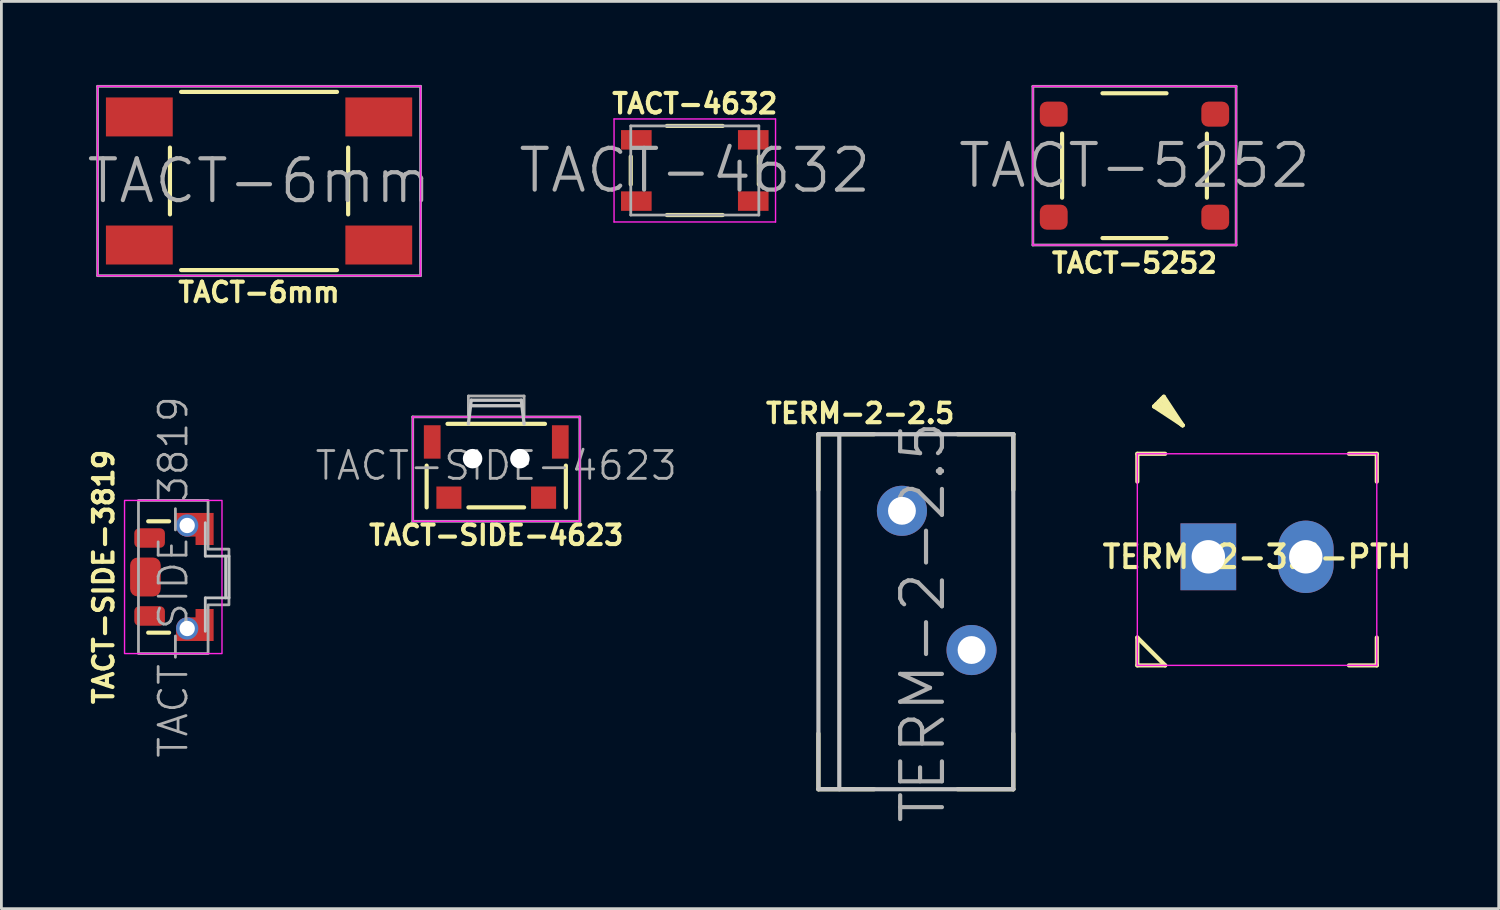
<source format=kicad_pcb>
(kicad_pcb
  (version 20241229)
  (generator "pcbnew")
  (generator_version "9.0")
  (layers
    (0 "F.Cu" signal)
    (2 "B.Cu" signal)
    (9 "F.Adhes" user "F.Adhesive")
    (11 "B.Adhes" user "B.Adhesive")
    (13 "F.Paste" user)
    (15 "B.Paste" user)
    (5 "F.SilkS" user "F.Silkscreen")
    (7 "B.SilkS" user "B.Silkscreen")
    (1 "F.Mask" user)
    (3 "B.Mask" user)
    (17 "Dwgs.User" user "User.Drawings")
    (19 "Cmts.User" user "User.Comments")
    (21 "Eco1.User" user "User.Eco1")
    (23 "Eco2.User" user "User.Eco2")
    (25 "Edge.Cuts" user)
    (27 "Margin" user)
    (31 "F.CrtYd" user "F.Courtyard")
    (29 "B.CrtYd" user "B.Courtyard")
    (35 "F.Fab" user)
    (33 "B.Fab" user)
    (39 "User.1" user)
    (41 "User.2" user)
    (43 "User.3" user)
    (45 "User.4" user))
  (footprint "TERM-2-2.5"
    (layer "F.Cu")
    (at 30.594 20.296)
    (property "Reference" "TERM-2-2.5" (at -2.75 -8.5 180) (layer "F.SilkS") (effects (font (size 0.7 0.7) (thickness 0.15))))
    (attr through_hole)
    (fp_line (start -4.25 -7.75) (end -4.25 -5.75) (stroke (width 0.15) (type solid)) (layer "F.SilkS"))
    (fp_line (start -4.25 5) (end -4.25 3) (stroke (width 0.15) (type solid)) (layer "F.SilkS"))
    (fp_line (start -2.25 -7.75) (end -4.25 -7.75) (stroke (width 0.15) (type solid)) (layer "F.SilkS"))
    (fp_line (start -2.25 5) (end -4.25 5) (stroke (width 0.15) (type solid)) (layer "F.SilkS"))
    (fp_line (start 0.75 -7.75) (end 2.75 -7.75) (stroke (width 0.15) (type solid)) (layer "F.SilkS"))
    (fp_line (start 2.75 -7.75) (end 2.75 -5.75) (stroke (width 0.15) (type solid)) (layer "F.SilkS"))
    (fp_line (start 2.75 3) (end 2.75 5) (stroke (width 0.15) (type solid)) (layer "F.SilkS"))
    (fp_line (start 2.75 5) (end 0.75 5) (stroke (width 0.15) (type solid)) (layer "F.SilkS"))
    (fp_line (start -4.25 -7.75) (end -4.25 5) (stroke (width 0.15) (type solid)) (layer "Dwgs.User"))
    (fp_line (start -4.25 5) (end 2.75 5) (stroke (width 0.15) (type solid)) (layer "Dwgs.User"))
    (fp_line (start -3.5 -7.75) (end -3.5 5) (stroke (width 0.15) (type solid)) (layer "Dwgs.User"))
    (fp_line (start 2.75 -7.75) (end -4.25 -7.75) (stroke (width 0.15) (type solid)) (layer "Dwgs.User"))
    (fp_line (start 2.75 5) (end 2.75 -7.75) (stroke (width 0.15) (type solid)) (layer "Dwgs.User"))
    (fp_line (start -4.25 -7.75) (end -4.25 5) (stroke (width 0.05) (type solid)) (layer "F.CrtYd"))
    (fp_line (start -4.25 5) (end 2.75 5) (stroke (width 0.05) (type solid)) (layer "F.CrtYd"))
    (fp_line (start 2.75 -7.75) (end -4.25 -7.75) (stroke (width 0.05) (type solid)) (layer "F.CrtYd"))
    (fp_line (start 2.75 5) (end 2.75 -7.75) (stroke (width 0.05) (type solid)) (layer "F.CrtYd"))
    (fp_line (start -4.25 -7.75) (end 2.75 -7.75) (stroke (width 0.1) (type solid)) (layer "F.Fab"))
    (fp_line (start -4.25 5) (end -4.25 -7.75) (stroke (width 0.1) (type solid)) (layer "F.Fab"))
    (fp_line (start -3.5 -7.75) (end -3.5 5) (stroke (width 0.1) (type solid)) (layer "F.Fab"))
    (fp_line (start 2.75 -7.75) (end 2.75 5) (stroke (width 0.1) (type solid)) (layer "F.Fab"))
    (fp_line (start 2.75 5) (end -4.25 5) (stroke (width 0.1) (type solid)) (layer "F.Fab"))
    (fp_text user "${REFERENCE}" (at -0.5 -1 90) (layer "F.Fab") (effects (font (size 1.5 1.5) (thickness 0.15))))
    (pad "1" thru_hole circle (at -1.25 -5) (size 1.8 1.8) (drill 1) (layers "*.Cu" "*.Mask"))
    (pad "2" thru_hole circle (at 1.25 0) (size 1.8 1.8) (drill 1) (layers "*.Cu" "*.Mask")))
  (footprint "TACT-SIDE-4623"
    (layer "F.Cu")
    (at 14.773 13.423)
    (property "Reference" "TACT-SIDE-4623" (at 0 2.75 180) (layer "F.SilkS") (effects (font (size 0.7 0.7) (thickness 0.15))))
    (attr through_hole)
    (fp_line (start -2.5 0.25) (end -2.5 1.75) (stroke (width 0.15) (type solid)) (layer "F.SilkS"))
    (fp_line (start -1.75 -1.25) (end 1.75 -1.25) (stroke (width 0.15) (type solid)) (layer "F.SilkS"))
    (fp_line (start -1 1.75) (end 1 1.75) (stroke (width 0.15) (type solid)) (layer "F.SilkS"))
    (fp_line (start 2.5 0.25) (end 2.5 1.75) (stroke (width 0.15) (type solid)) (layer "F.SilkS"))
    (fp_line (start -0.9 -2.1) (end -1 -1.25) (stroke (width 0.12) (type solid)) (layer "Dwgs.User"))
    (fp_line (start 0.9 -2.1) (end -0.9 -2.1) (stroke (width 0.12) (type solid)) (layer "Dwgs.User"))
    (fp_line (start 0.9 -1.9) (end -0.9 -1.9) (stroke (width 0.12) (type solid)) (layer "Dwgs.User"))
    (fp_line (start 1 -1.25) (end 0.9 -2.1) (stroke (width 0.12) (type solid)) (layer "Dwgs.User"))
    (fp_line (start -3 -1.5) (end -3 2.25) (stroke (width 0.05) (type solid)) (layer "F.CrtYd"))
    (fp_line (start -3 2.25) (end 3 2.25) (stroke (width 0.05) (type solid)) (layer "F.CrtYd"))
    (fp_line (start 3 -1.5) (end -3 -1.5) (stroke (width 0.05) (type solid)) (layer "F.CrtYd"))
    (fp_line (start 3 2.25) (end 3 -1.5) (stroke (width 0.05) (type solid)) (layer "F.CrtYd"))
    (fp_line (start -3 -1.5) (end 3 -1.5) (stroke (width 0.1) (type solid)) (layer "F.Fab"))
    (fp_line (start -3 2.25) (end -3 -1.5) (stroke (width 0.1) (type solid)) (layer "F.Fab"))
    (fp_line (start -1 -2.25) (end 1 -2.25) (stroke (width 0.1) (type solid)) (layer "F.Fab"))
    (fp_line (start -1 -1.5) (end -1 -2.25) (stroke (width 0.1) (type solid)) (layer "F.Fab"))
    (fp_line (start 1 -2.25) (end 1 -1.5) (stroke (width 0.1) (type solid)) (layer "F.Fab"))
    (fp_line (start 3 -1.5) (end 3 2.25) (stroke (width 0.1) (type solid)) (layer "F.Fab"))
    (fp_line (start 3 2.25) (end -3 2.25) (stroke (width 0.1) (type solid)) (layer "F.Fab"))
    (fp_text user "${REFERENCE}" (at 0 0.25 0) (layer "F.Fab") (effects (font (size 1 1) (thickness 0.1))))
    (pad "" smd rect (at -2.3 -0.6) (size 0.6 1.2) (layers "F.Cu" "F.Mask" "F.Paste"))
    (pad "" np_thru_hole circle (at -0.85 0) (size 0.7 0.7) (drill 0.7) (layers "*.Cu" "*.Mask"))
    (pad "" np_thru_hole circle (at 0.85 0) (size 0.7 0.7) (drill 0.7) (layers "*.Cu" "*.Mask"))
    (pad "" smd rect (at 2.3 -0.6) (size 0.6 1.2) (layers "F.Cu" "F.Mask" "F.Paste"))
    (pad "1" smd rect (at -1.7 1.4) (size 0.9 0.8) (layers "F.Cu" "F.Mask" "F.Paste"))
    (pad "2" smd rect (at 1.7 1.4) (size 0.9 0.8) (layers "F.Cu" "F.Mask" "F.Paste")))
  (footprint "TACT-6mm"
    (layer "F.Cu")
    (at 6.254 3.45)
    (property "Reference" "TACT-6mm" (at 0 4 0) (layer "F.SilkS") (effects (font (size 0.7 0.7) (thickness 0.15))))
    (attr through_hole)
    (fp_line (start -3.2 1.2) (end -3.2 -1.2) (stroke (width 0.15) (type solid)) (layer "F.SilkS"))
    (fp_line (start -2.8 -3.2) (end 2.8 -3.2) (stroke (width 0.15) (type solid)) (layer "F.SilkS"))
    (fp_line (start -2.8 3.2) (end 2.8 3.2) (stroke (width 0.15) (type solid)) (layer "F.SilkS"))
    (fp_line (start 3.2 -1.2) (end 3.2 1.2) (stroke (width 0.15) (type solid)) (layer "F.SilkS"))
    (fp_line (start -5.8 -3.4) (end 5.8 -3.4) (stroke (width 0.05) (type solid)) (layer "F.CrtYd"))
    (fp_line (start -5.8 3.4) (end -5.8 -3.4) (stroke (width 0.05) (type solid)) (layer "F.CrtYd"))
    (fp_line (start 5.8 -3.4) (end 5.8 3.4) (stroke (width 0.05) (type solid)) (layer "F.CrtYd"))
    (fp_line (start 5.8 3.4) (end -5.8 3.4) (stroke (width 0.05) (type solid)) (layer "F.CrtYd"))
    (fp_line (start -5.8 -3.4) (end 5.8 -3.4) (stroke (width 0.1) (type solid)) (layer "F.Fab"))
    (fp_line (start -5.8 3.4) (end -5.8 -3.4) (stroke (width 0.1) (type solid)) (layer "F.Fab"))
    (fp_line (start 5.8 -3.4) (end 5.8 3.4) (stroke (width 0.1) (type solid)) (layer "F.Fab"))
    (fp_line (start 5.8 3.4) (end -5.8 3.4) (stroke (width 0.1) (type solid)) (layer "F.Fab"))
    (fp_text user "${REFERENCE}" (at 0 0 0) (layer "F.Fab") (effects (font (size 1.5 1.5) (thickness 0.15))))
    (pad "1" smd rect (at -4.3 -2.3) (size 2.4 1.4) (layers "F.Cu" "F.Mask" "F.Paste"))
    (pad "2" smd rect (at 4.3 -2.3) (size 2.4 1.4) (layers "F.Cu" "F.Mask" "F.Paste"))
    (pad "3" smd rect (at -4.3 2.3) (size 2.4 1.4) (layers "F.Cu" "F.Mask" "F.Paste"))
    (pad "4" smd rect (at 4.3 2.3) (size 2.4 1.4) (layers "F.Cu" "F.Mask" "F.Paste")))
  (footprint "TACT-4632"
    (layer "F.Cu")
    (at 21.904 3.073)
    (property "Reference" "TACT-4632" (at 0 -2.4 0) (layer "F.SilkS") (effects (font (size 0.7 0.7) (thickness 0.15))))
    (attr smd)
    (fp_line (start -2.3 0.5) (end -2.3 -0.5) (stroke (width 0.15) (type solid)) (layer "F.SilkS"))
    (fp_line (start -1 -1.6) (end 1 -1.6) (stroke (width 0.15) (type solid)) (layer "F.SilkS"))
    (fp_line (start -1 1.6) (end 1 1.6) (stroke (width 0.15) (type solid)) (layer "F.SilkS"))
    (fp_line (start 2.3 -0.5) (end 2.3 0.5) (stroke (width 0.15) (type solid)) (layer "F.SilkS"))
    (fp_line (start -2.9 -1.85) (end 2.9 -1.85) (stroke (width 0.05) (type solid)) (layer "F.CrtYd"))
    (fp_line (start -2.9 1.85) (end -2.9 -1.85) (stroke (width 0.05) (type solid)) (layer "F.CrtYd"))
    (fp_line (start 2.9 -1.85) (end 2.9 1.85) (stroke (width 0.05) (type solid)) (layer "F.CrtYd"))
    (fp_line (start 2.9 1.85) (end -2.9 1.85) (stroke (width 0.05) (type solid)) (layer "F.CrtYd"))
    (fp_line (start -2.3 -1.6) (end 2.3 -1.6) (stroke (width 0.1) (type solid)) (layer "F.Fab"))
    (fp_line (start -2.3 1.6) (end -2.3 -1.6) (stroke (width 0.1) (type solid)) (layer "F.Fab"))
    (fp_line (start 2.3 -1.6) (end 2.3 1.6) (stroke (width 0.1) (type solid)) (layer "F.Fab"))
    (fp_line (start 2.3 1.6) (end -2.3 1.6) (stroke (width 0.1) (type solid)) (layer "F.Fab"))
    (fp_text user "${REFERENCE}" (at 0 0 0) (layer "F.Fab") (effects (font (size 1.5 1.5) (thickness 0.15))))
    (pad "1" smd rect (at -2.1 -1.1) (size 1.1 0.7) (layers "F.Cu" "F.Mask" "F.Paste"))
    (pad "2" smd rect (at 2.1 -1.1) (size 1.1 0.7) (layers "F.Cu" "F.Mask" "F.Paste"))
    (pad "3" smd rect (at -2.1 1.1) (size 1.1 0.7) (layers "F.Cu" "F.Mask" "F.Paste"))
    (pad "4" smd rect (at 2.1 1.1) (size 1.1 0.7) (layers "F.Cu" "F.Mask" "F.Paste")))
  (footprint "TACT-SIDE-3819"
    (layer "F.Cu")
    (at 3.673 17.673)
    (property "Reference" "TACT-SIDE-3819" (at -3 0 90) (unlocked yes) (layer "F.SilkS") (effects (font (size 0.7 0.7) (thickness 0.15))))
    (attr smd)
    (fp_line (start -1.4 -2) (end -0.65 -2) (stroke (width 0.15) (type default)) (layer "F.SilkS"))
    (fp_line (start -1.4 2) (end -0.65 2) (stroke (width 0.15) (type default)) (layer "F.SilkS"))
    (fp_line (start 0.65 -0.75) (end 0.65 -1.95) (stroke (width 0.1) (type default)) (layer "Dwgs.User"))
    (fp_line (start 0.65 0.75) (end 0.65 1.95) (stroke (width 0.1) (type default)) (layer "Dwgs.User"))
    (fp_line (start 1.38 -0.75) (end 1.38 0.75) (stroke (width 0.1) (type default)) (layer "Dwgs.User"))
    (fp_line (start 1.5 -0.75) (end 0.65 -0.75) (stroke (width 0.1) (type default)) (layer "Dwgs.User"))
    (fp_line (start 1.5 -0.75) (end 1.5 0.75) (stroke (width 0.1) (type default)) (layer "Dwgs.User"))
    (fp_line (start 1.5 0.75) (end 0.65 0.75) (stroke (width 0.1) (type default)) (layer "Dwgs.User"))
    (fp_poly (pts (xy -2.25 -2.75) (xy 1.25 -2.75) (xy 1.25 2.75) (xy -2.25 2.75)) (stroke (width 0.05) (type solid)) (fill no) (layer "F.CrtYd"))
    (fp_poly (pts (xy -1.75 -2.75) (xy 0.75 -2.75) (xy 0.75 -1) (xy 1.5 -1) (xy 1.5 1) (xy 0.75 1) (xy 0.75 2.75) (xy -1.75 2.75)) (stroke (width 0.1) (type solid)) (fill no) (layer "F.Fab"))
    (fp_text user "${REFERENCE}" (at -0.5 0 90) (unlocked yes) (layer "F.Fab") (effects (font (size 1 1) (thickness 0.1))))
    (pad "" smd roundrect (at -1.625 0) (size 1.35 1.8) (layers "F.Paste") (roundrect_rratio 0.13))
    (pad "" smd roundrect (at -1.55 -1.55) (size 1.5 1) (layers "F.Paste") (roundrect_rratio 0.175))
    (pad "" smd roundrect (at -1.55 1.55) (size 1.5 1) (layers "F.Paste") (roundrect_rratio 0.175))
    (pad "" smd roundrect (at 0.125 -1.935) (size 1.25 1.57) (layers "F.Paste") (roundrect_rratio 0.14))
    (pad "" smd roundrect (at 0.125 1.935) (size 1.25 1.57) (layers "F.Paste") (roundrect_rratio 0.14))
    (pad "1" smd roundrect (at -1.35 -1.4) (size 1.1 0.7) (layers "F.Cu" "F.Mask") (roundrect_rratio 0.25))
    (pad "2" smd roundrect (at -1.35 1.4) (size 1.1 0.7) (layers "F.Cu" "F.Mask") (roundrect_rratio 0.25))
    (pad "MECH" smd roundrect (at -1.5 0) (size 1.1 1.4) (layers "F.Cu" "F.Mask") (roundrect_rratio 0.25))
    (pad "MECH" thru_hole circle (at 0 -1.85) (size 0.8 0.8) (drill 0.55) (layers "*.Cu" "*.Mask") (remove_unused_layers yes) (keep_end_layers yes) (zone_layer_connections))
    (pad "MECH" smd custom (at 0 -1.85) (size 0.8 0.8) (layers "F.Cu" "F.Mask") (options (anchor circle)) (primitives (gr_poly (pts (xy -0.4 -0.45) (xy 0.95 -0.45) (xy 0.95 0.7) (xy 0.3 0.7) (xy 0.3 0.4) (xy 0 0.4) (xy 0 0) (xy -0.4 0)) (width 0) (fill yes))))
    (pad "MECH" thru_hole circle (at 0 1.85) (size 0.8 0.8) (drill 0.55) (layers "*.Cu" "*.Mask") (remove_unused_layers yes) (keep_end_layers yes) (zone_layer_connections))
    (pad "MECH" smd custom (at 0 1.85) (size 0.8 0.8) (layers "F.Cu" "F.Mask") (options (anchor circle)) (primitives (gr_poly (pts (xy -0.4 0.45) (xy 0.95 0.45) (xy 0.95 -0.7) (xy 0.3 -0.7) (xy 0.3 -0.4) (xy 0 -0.4) (xy 0 0) (xy -0.4 0)) (width 0) (fill yes)))))
  (footprint "TERM-2-3.5-PTH"
    (layer "F.Cu")
    (at 42.098 16.948)
    (property "Reference" "TERM-2-3.5-PTH" (at 0 0 0) (layer "F.SilkS") (effects (font (size 0.81 0.81) (thickness 0.15))))
    (attr through_hole)
    (fp_line (start -4.3 -3.7) (end -3.3 -3.7) (stroke (width 0.15) (type solid)) (layer "F.SilkS"))
    (fp_line (start -4.3 -2.7) (end -4.3 -3.7) (stroke (width 0.15) (type solid)) (layer "F.SilkS"))
    (fp_line (start -4.3 2.9) (end -3.3 3.9) (stroke (width 0.15) (type solid)) (layer "F.SilkS"))
    (fp_line (start -4.3 3.9) (end -4.3 2.9) (stroke (width 0.15) (type solid)) (layer "F.SilkS"))
    (fp_line (start -3.7 -5.4) (end -2.675 -4.725) (stroke (width 0.15) (type solid)) (layer "F.SilkS"))
    (fp_line (start -3.35 -5.75) (end -3.7 -5.4) (stroke (width 0.15) (type solid)) (layer "F.SilkS"))
    (fp_line (start -3.3 3.9) (end -4.3 3.9) (stroke (width 0.15) (type solid)) (layer "F.SilkS"))
    (fp_line (start -2.675 -4.725) (end -3.625 -5.475) (stroke (width 0.15) (type solid)) (layer "F.SilkS"))
    (fp_line (start -2.675 -4.725) (end -3.525 -5.575) (stroke (width 0.15) (type solid)) (layer "F.SilkS"))
    (fp_line (start -2.675 -4.725) (end -3.425 -5.675) (stroke (width 0.15) (type solid)) (layer "F.SilkS"))
    (fp_line (start -2.675 -4.725) (end -3.35 -5.75) (stroke (width 0.15) (type solid)) (layer "F.SilkS"))
    (fp_line (start 3.3 -3.7) (end 4.3 -3.7) (stroke (width 0.15) (type solid)) (layer "F.SilkS"))
    (fp_line (start 4.3 -3.7) (end 4.3 -2.7) (stroke (width 0.15) (type solid)) (layer "F.SilkS"))
    (fp_line (start 4.3 2.9) (end 4.3 3.9) (stroke (width 0.15) (type solid)) (layer "F.SilkS"))
    (fp_line (start 4.3 3.9) (end 3.3 3.9) (stroke (width 0.15) (type solid)) (layer "F.SilkS"))
    (fp_line (start -4.3 -3.7) (end -4.3 3.9) (stroke (width 0.05) (type solid)) (layer "F.CrtYd"))
    (fp_line (start -4.3 3.9) (end 4.3 3.9) (stroke (width 0.05) (type solid)) (layer "F.CrtYd"))
    (fp_line (start 4.3 -3.7) (end -4.3 -3.7) (stroke (width 0.05) (type solid)) (layer "F.CrtYd"))
    (fp_line (start 4.3 3.9) (end 4.3 -3.7) (stroke (width 0.05) (type solid)) (layer "F.CrtYd"))
    (pad "1" thru_hole rect (at -1.75 0) (size 2 2.4) (drill 1.2) (layers "*.Cu" "*.Mask"))
    (pad "2" thru_hole oval (at 1.75 0) (size 2 2.6) (drill 1.2) (layers "*.Cu" "*.Mask")))
  (footprint "TACT-5252"
    (layer "F.Cu")
    (at 37.696 2.9)
    (property "Reference" "TACT-5252" (at 0 3.5 0) (layer "F.SilkS") (effects (font (size 0.7 0.7) (thickness 0.15))))
    (attr through_hole)
    (fp_line (start -2.6 1.15) (end -2.6 -1.15) (stroke (width 0.15) (type solid)) (layer "F.SilkS"))
    (fp_line (start -1.15 -2.6) (end 1.15 -2.6) (stroke (width 0.15) (type solid)) (layer "F.SilkS"))
    (fp_line (start -1.15 2.6) (end 1.15 2.6) (stroke (width 0.15) (type solid)) (layer "F.SilkS"))
    (fp_line (start 2.6 -1.15) (end 2.6 1.15) (stroke (width 0.15) (type solid)) (layer "F.SilkS"))
    (fp_line (start -3.65 -2.85) (end 3.65 -2.85) (stroke (width 0.05) (type solid)) (layer "F.CrtYd"))
    (fp_line (start -3.65 2.85) (end -3.65 -2.85) (stroke (width 0.05) (type solid)) (layer "F.CrtYd"))
    (fp_line (start 3.65 -2.85) (end 3.65 2.85) (stroke (width 0.05) (type solid)) (layer "F.CrtYd"))
    (fp_line (start 3.65 2.85) (end -3.65 2.85) (stroke (width 0.05) (type solid)) (layer "F.CrtYd"))
    (fp_line (start -3.65 -2.85) (end 3.65 -2.85) (stroke (width 0.1) (type solid)) (layer "F.Fab"))
    (fp_line (start -3.65 2.85) (end -3.65 -2.85) (stroke (width 0.1) (type solid)) (layer "F.Fab"))
    (fp_line (start 3.65 -2.85) (end 3.65 2.85) (stroke (width 0.1) (type solid)) (layer "F.Fab"))
    (fp_line (start 3.65 2.85) (end -3.65 2.85) (stroke (width 0.1) (type solid)) (layer "F.Fab"))
    (fp_text user "${REFERENCE}" (at 0 0 0) (layer "F.Fab") (effects (font (size 1.5 1.5) (thickness 0.15))))
    (pad "1" smd roundrect (at -2.9 -1.85) (size 1 0.9) (layers "F.Cu" "F.Mask" "F.Paste") (roundrect_rratio 0.278))
    (pad "2" smd roundrect (at 2.9 -1.85) (size 1 0.9) (layers "F.Cu" "F.Mask" "F.Paste") (roundrect_rratio 0.278))
    (pad "3" smd roundrect (at -2.9 1.85) (size 1 0.9) (layers "F.Cu" "F.Mask" "F.Paste") (roundrect_rratio 0.278))
    (pad "4" smd roundrect (at 2.9 1.85) (size 1 0.9) (layers "F.Cu" "F.Mask" "F.Paste") (roundrect_rratio 0.278)))
  (gr_rect
    (start -3 -3)
    (end 50.777 29.585)
    (stroke (width 0.1) (type default))
    (fill no)
    (layer "Edge.Cuts")))
</source>
